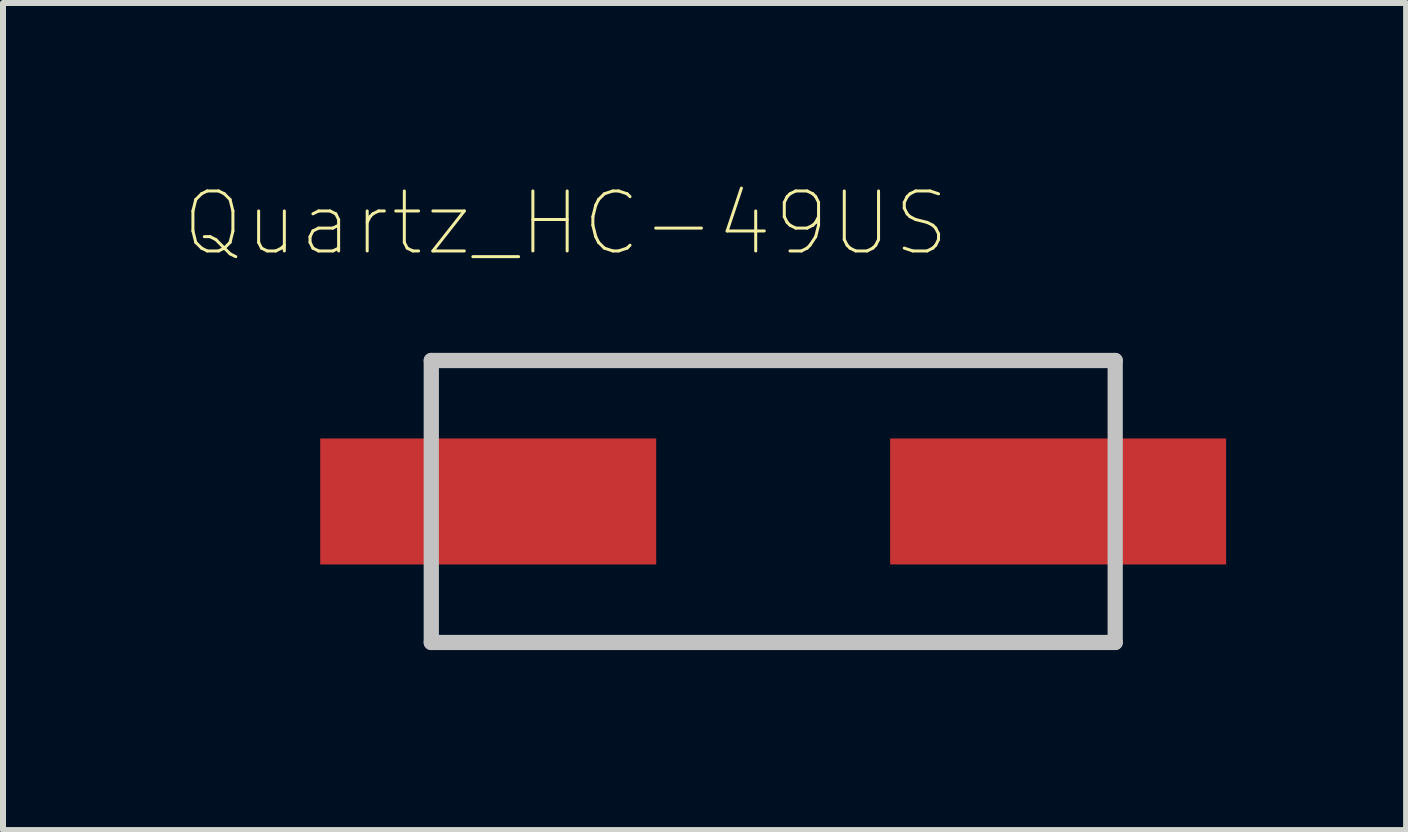
<source format=kicad_pcb>
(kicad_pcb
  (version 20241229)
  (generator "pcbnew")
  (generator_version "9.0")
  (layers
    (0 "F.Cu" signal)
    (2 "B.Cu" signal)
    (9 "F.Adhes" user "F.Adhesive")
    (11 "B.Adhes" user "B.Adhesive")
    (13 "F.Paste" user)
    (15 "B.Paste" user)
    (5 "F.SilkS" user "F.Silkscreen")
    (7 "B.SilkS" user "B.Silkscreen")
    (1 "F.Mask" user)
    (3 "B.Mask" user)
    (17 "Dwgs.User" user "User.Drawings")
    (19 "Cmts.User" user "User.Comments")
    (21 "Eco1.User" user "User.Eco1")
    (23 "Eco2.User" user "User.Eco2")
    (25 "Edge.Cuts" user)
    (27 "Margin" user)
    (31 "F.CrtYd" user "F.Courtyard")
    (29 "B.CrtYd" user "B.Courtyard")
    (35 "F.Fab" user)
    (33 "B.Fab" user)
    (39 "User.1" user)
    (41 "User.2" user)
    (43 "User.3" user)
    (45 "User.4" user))
  (footprint "Quartz_HC-49US"
    (layer "F.Cu")
    (at 9.84 5.308)
    (property "Reference" "Quartz_HC-49US" (at -3.46 -4.635 0) (layer "F.SilkS") (effects (font (size 1 1) (thickness 0.05))))
    (attr smd)
    (fp_line (start -5.701 -2.349) (end -5.701 2.351) (stroke (width 0.254) (type solid)) (layer "Dwgs.User"))
    (fp_line (start -5.701 2.351) (end 5.699 2.351) (stroke (width 0.254) (type solid)) (layer "Dwgs.User"))
    (fp_line (start 5.699 -2.349) (end -5.701 -2.349) (stroke (width 0.254) (type solid)) (layer "Dwgs.User"))
    (fp_line (start 5.699 2.351) (end 5.699 -2.349) (stroke (width 0.254) (type solid)) (layer "Dwgs.User"))
    (pad "1" smd rect (at -4.752 0.001) (size 5.6 2.1) (layers "F.Cu" "F.Mask" "F.Paste"))
    (pad "2" smd rect (at 4.748 0.001) (size 5.6 2.1) (layers "F.Cu" "F.Mask" "F.Paste")))
  (gr_rect
    (start -3 -3)
    (end 20.388 10.786)
    (stroke (width 0.1) (type default))
    (fill no)
    (layer "Edge.Cuts")))
</source>
